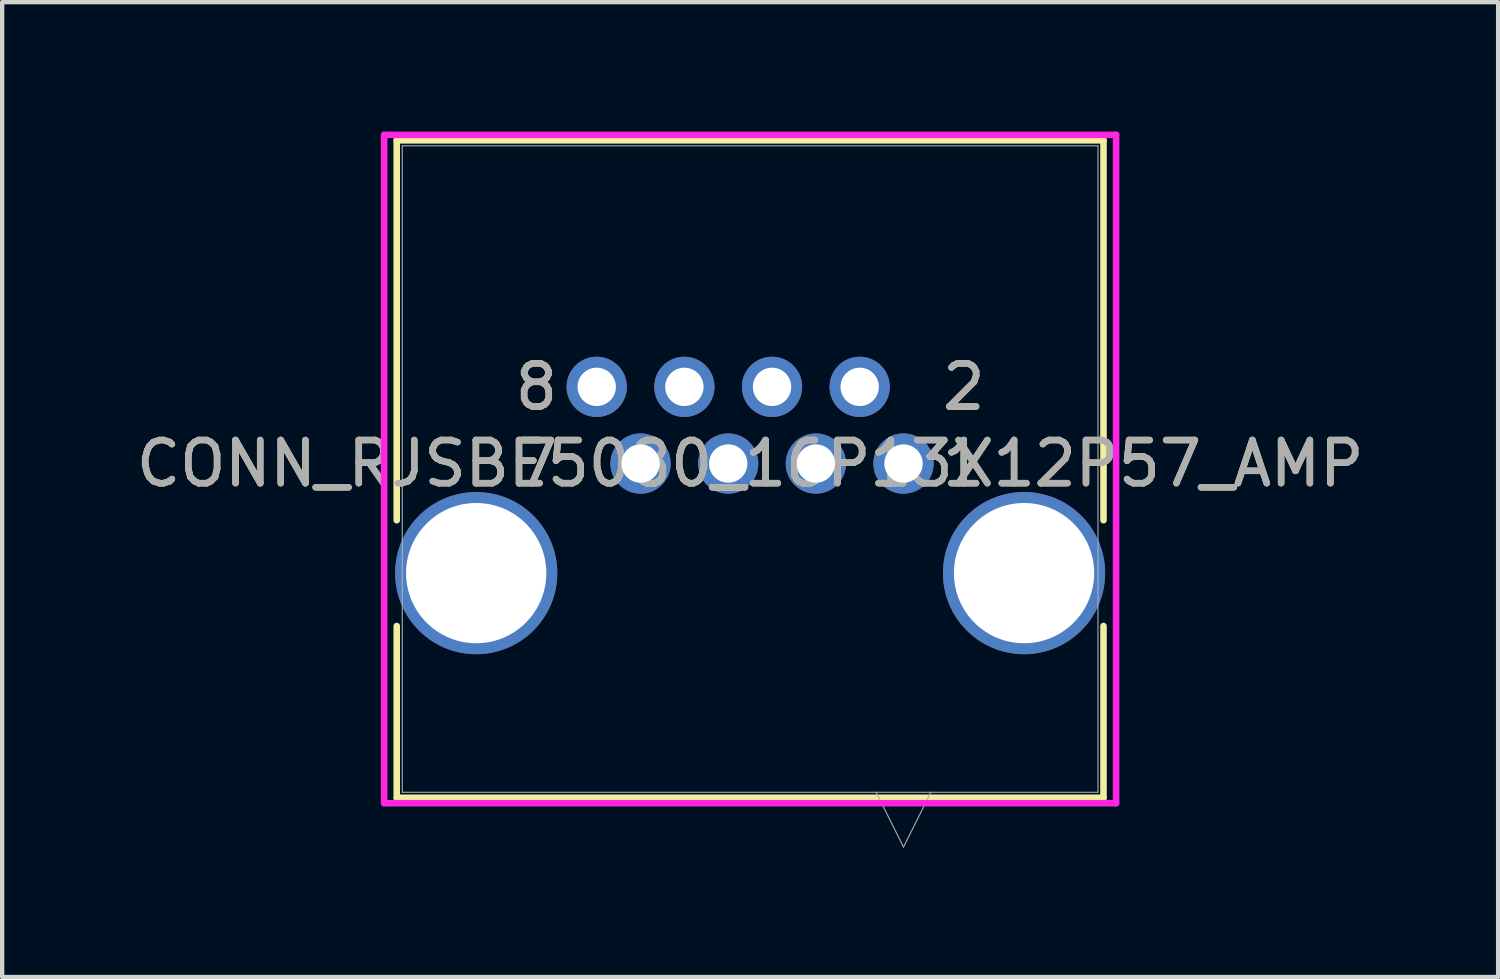
<source format=kicad_pcb>
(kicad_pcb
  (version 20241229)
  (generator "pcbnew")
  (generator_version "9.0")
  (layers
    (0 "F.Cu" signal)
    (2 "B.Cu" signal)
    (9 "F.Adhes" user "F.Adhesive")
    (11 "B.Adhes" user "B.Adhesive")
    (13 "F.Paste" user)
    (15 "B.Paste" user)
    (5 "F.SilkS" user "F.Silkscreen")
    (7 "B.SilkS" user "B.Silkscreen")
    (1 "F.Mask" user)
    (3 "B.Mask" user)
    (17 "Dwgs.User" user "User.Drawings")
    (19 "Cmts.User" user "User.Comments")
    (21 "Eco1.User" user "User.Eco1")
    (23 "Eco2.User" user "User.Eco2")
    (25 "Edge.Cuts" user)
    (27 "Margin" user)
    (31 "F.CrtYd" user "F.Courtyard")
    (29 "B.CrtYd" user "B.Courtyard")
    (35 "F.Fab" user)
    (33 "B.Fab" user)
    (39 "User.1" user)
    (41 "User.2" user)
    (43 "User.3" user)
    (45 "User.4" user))
  (footprint "CONN_RJSBE5080_16P13X12P57_AMP"
    (layer "F.Cu")
    (at 17.895 7.696)
    (property "Reference" "CONN_RJSBE5080_16P13X12P57_AMP" (at -3.556 0 0) (unlocked yes) (layer "F.SilkS") (effects (font (size 1 1) (thickness 0.15))))
    (attr through_hole)
    (fp_line (start -11.748 -7.493) (end -11.748 1.314) (stroke (width 0.152) (type solid)) (layer "F.SilkS"))
    (fp_line (start -11.748 3.766) (end -11.748 7.747) (stroke (width 0.152) (type solid)) (layer "F.SilkS"))
    (fp_line (start -11.748 7.747) (end 4.636 7.747) (stroke (width 0.152) (type solid)) (layer "F.SilkS"))
    (fp_line (start 4.636 -7.493) (end -11.748 -7.493) (stroke (width 0.152) (type solid)) (layer "F.SilkS"))
    (fp_line (start 4.636 1.314) (end 4.636 -7.493) (stroke (width 0.152) (type solid)) (layer "F.SilkS"))
    (fp_line (start 4.636 7.747) (end 4.636 3.766) (stroke (width 0.152) (type solid)) (layer "F.SilkS"))
    (fp_line (start -12.04 -7.62) (end -12.04 7.874) (stroke (width 0.152) (type solid)) (layer "F.CrtYd"))
    (fp_line (start -12.04 7.874) (end 4.928 7.874) (stroke (width 0.152) (type solid)) (layer "F.CrtYd"))
    (fp_line (start 4.928 -7.62) (end -12.04 -7.62) (stroke (width 0.152) (type solid)) (layer "F.CrtYd"))
    (fp_line (start 4.928 7.874) (end 4.928 -7.62) (stroke (width 0.152) (type solid)) (layer "F.CrtYd"))
    (fp_line (start -11.62 -7.366) (end -11.62 7.62) (stroke (width 0.025) (type solid)) (layer "F.Fab"))
    (fp_line (start -11.62 7.62) (end 4.508 7.62) (stroke (width 0.025) (type solid)) (layer "F.Fab"))
    (fp_line (start -0.635 7.62) (end 0 8.89) (stroke (width 0.025) (type solid)) (layer "F.Fab"))
    (fp_line (start 0.635 7.62) (end 0 8.89) (stroke (width 0.025) (type solid)) (layer "F.Fab"))
    (fp_line (start 4.508 -7.366) (end -11.62 -7.366) (stroke (width 0.025) (type solid)) (layer "F.Fab"))
    (fp_line (start 4.508 7.62) (end 4.508 -7.366) (stroke (width 0.025) (type solid)) (layer "F.Fab"))
    (fp_text user "1" (at 1.397 0 0) (unlocked yes) (layer "F.SilkS") (effects (font (size 1 1) (thickness 0.15))))
    (fp_text user "7" (at -8.509 0 0) (unlocked yes) (layer "F.SilkS") (effects (font (size 1 1) (thickness 0.15))))
    (fp_text user "2" (at 1.397 -1.778 0) (unlocked yes) (layer "F.SilkS") (effects (font (size 1 1) (thickness 0.15))))
    (fp_text user "8" (at -8.509 -1.778 0) (unlocked yes) (layer "F.SilkS") (effects (font (size 1 1) (thickness 0.15))))
    (fp_text user "7" (at -8.509 0 0) (unlocked yes) (layer "F.Fab") (effects (font (size 1 1) (thickness 0.15))))
    (fp_text user "8" (at -8.509 -1.778 0) (unlocked yes) (layer "F.Fab") (effects (font (size 1 1) (thickness 0.15))))
    (fp_text user "${REFERENCE}" (at -3.556 0 0) (unlocked yes) (layer "F.Fab") (effects (font (size 1 1) (thickness 0.15))))
    (fp_text user "2" (at 1.397 -1.778 0) (unlocked yes) (layer "F.Fab") (effects (font (size 1 1) (thickness 0.15))))
    (fp_text user "1" (at 1.397 0 0) (unlocked yes) (layer "F.Fab") (effects (font (size 1 1) (thickness 0.15))))
    (pad "1" thru_hole circle (at 0 0) (size 1.397 1.397) (drill 0.889) (layers "*.Cu" "*.Mask"))
    (pad "2" thru_hole circle (at -1.016 -1.778) (size 1.397 1.397) (drill 0.889) (layers "*.Cu" "*.Mask"))
    (pad "3" thru_hole circle (at -2.032 0) (size 1.397 1.397) (drill 0.889) (layers "*.Cu" "*.Mask"))
    (pad "4" thru_hole circle (at -3.048 -1.778) (size 1.397 1.397) (drill 0.889) (layers "*.Cu" "*.Mask"))
    (pad "5" thru_hole circle (at -4.064 0) (size 1.397 1.397) (drill 0.889) (layers "*.Cu" "*.Mask"))
    (pad "6" thru_hole circle (at -5.08 -1.778) (size 1.397 1.397) (drill 0.889) (layers "*.Cu" "*.Mask"))
    (pad "7" thru_hole circle (at -6.096 0) (size 1.397 1.397) (drill 0.889) (layers "*.Cu" "*.Mask"))
    (pad "8" thru_hole circle (at -7.112 -1.778) (size 1.397 1.397) (drill 0.889) (layers "*.Cu" "*.Mask"))
    (pad "9" thru_hole circle (at -9.906 2.54) (size 3.759 3.759) (drill 3.251) (layers "*.Cu" "*.Mask"))
    (pad "10" thru_hole circle (at 2.794 2.54) (size 3.759 3.759) (drill 3.251) (layers "*.Cu" "*.Mask")))
  (gr_rect
    (start -3 -3)
    (end 31.679 19.599)
    (stroke (width 0.1) (type default))
    (fill no)
    (layer "Edge.Cuts")))
</source>
